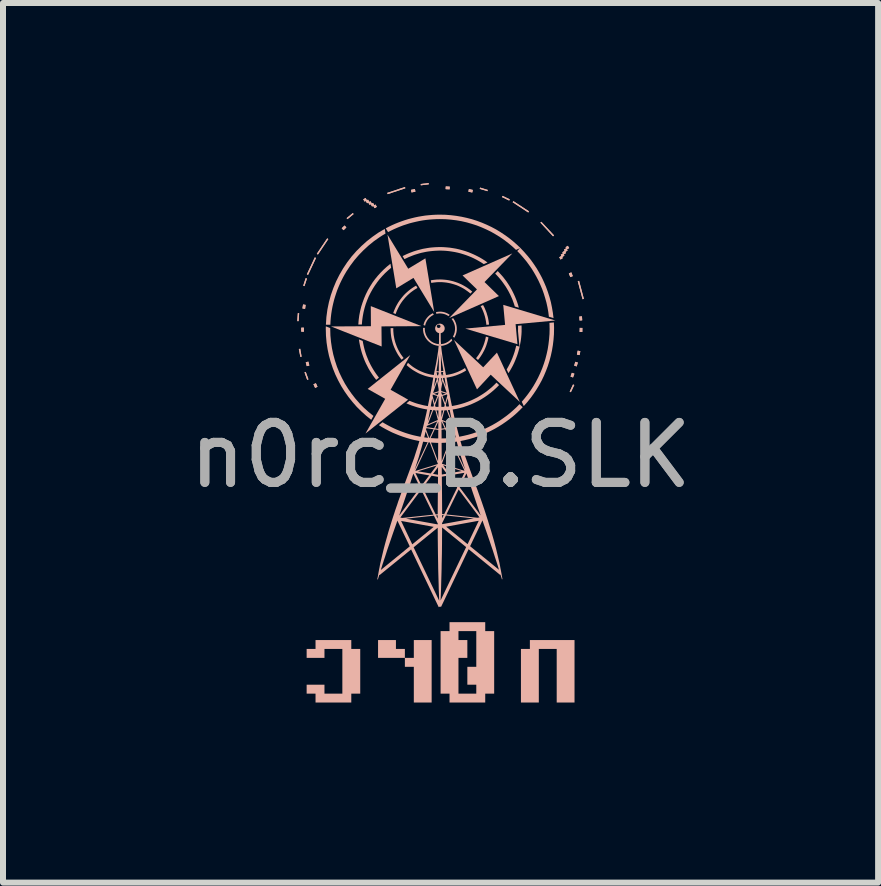
<source format=kicad_pcb>
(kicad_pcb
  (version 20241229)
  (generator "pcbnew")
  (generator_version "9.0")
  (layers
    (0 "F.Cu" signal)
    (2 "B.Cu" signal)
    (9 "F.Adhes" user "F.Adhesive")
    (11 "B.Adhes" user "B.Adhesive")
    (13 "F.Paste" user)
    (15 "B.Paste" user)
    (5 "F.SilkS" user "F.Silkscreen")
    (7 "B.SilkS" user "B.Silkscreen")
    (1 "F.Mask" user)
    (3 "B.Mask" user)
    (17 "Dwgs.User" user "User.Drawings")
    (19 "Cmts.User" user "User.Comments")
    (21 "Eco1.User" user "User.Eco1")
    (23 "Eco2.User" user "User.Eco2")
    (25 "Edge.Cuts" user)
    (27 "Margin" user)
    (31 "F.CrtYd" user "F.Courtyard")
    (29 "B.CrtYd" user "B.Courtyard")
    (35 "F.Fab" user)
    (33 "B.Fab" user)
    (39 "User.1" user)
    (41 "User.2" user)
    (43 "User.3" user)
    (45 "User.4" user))
  (footprint "n0rc_B.SLK"
    (layer "F.Cu")
    (at 4.292 3.534)
    (property "Reference" "n0rc_B.SLK" (at 0 1 0) (unlocked yes) (layer "F.Fab") (effects (font (size 1 1) (thickness 0.15))))
    (attr board_only exclude_from_pos_files exclude_from_bom)
    (fp_poly (pts (xy -2.388 -1.233) (xy -2.366 -1.232) (xy -2.357 -1.364) (xy -2.379 -1.366)) (stroke (width 0) (type solid)) (fill yes) (layer "B.SilkS"))
    (fp_poly (pts (xy -2.388 -1.233) (xy -2.366 -1.232) (xy -2.357 -1.364) (xy -2.379 -1.366)) (stroke (width 0) (type solid)) (fill yes) (layer "B.SilkS"))
    (fp_poly (pts (xy -2.362 -0.768) (xy -2.337 -0.637) (xy -2.316 -0.64) (xy -2.339 -0.772)) (stroke (width 0) (type solid)) (fill yes) (layer "B.SilkS"))
    (fp_poly (pts (xy -2.362 -0.768) (xy -2.337 -0.637) (xy -2.316 -0.64) (xy -2.339 -0.772)) (stroke (width 0) (type solid)) (fill yes) (layer "B.SilkS"))
    (fp_poly (pts (xy -2.322 -1.123) (xy -2.322 -1.057) (xy -2.277 -1.057) (xy -2.278 -1.124)) (stroke (width 0) (type solid)) (fill yes) (layer "B.SilkS"))
    (fp_poly (pts (xy -2.322 -1.123) (xy -2.322 -1.057) (xy -2.277 -1.057) (xy -2.278 -1.124)) (stroke (width 0) (type solid)) (fill yes) (layer "B.SilkS"))
    (fp_poly (pts (xy -2.302 -1.444) (xy -2.258 -1.437) (xy -2.249 -1.503) (xy -2.292 -1.51)) (stroke (width 0) (type solid)) (fill yes) (layer "B.SilkS"))
    (fp_poly (pts (xy -2.302 -1.444) (xy -2.258 -1.437) (xy -2.249 -1.503) (xy -2.292 -1.51)) (stroke (width 0) (type solid)) (fill yes) (layer "B.SilkS"))
    (fp_poly (pts (xy -2.289 -1.823) (xy -2.268 -1.816) (xy -2.227 -1.942) (xy -2.248 -1.949)) (stroke (width 0) (type solid)) (fill yes) (layer "B.SilkS"))
    (fp_poly (pts (xy -2.289 -1.823) (xy -2.268 -1.816) (xy -2.227 -1.942) (xy -2.248 -1.949)) (stroke (width 0) (type solid)) (fill yes) (layer "B.SilkS"))
    (fp_poly (pts (xy -2.268 -0.379) (xy -2.223 -0.254) (xy -2.202 -0.262) (xy -2.247 -0.387)) (stroke (width 0) (type solid)) (fill yes) (layer "B.SilkS"))
    (fp_poly (pts (xy -2.268 -0.379) (xy -2.223 -0.254) (xy -2.202 -0.262) (xy -2.247 -0.387)) (stroke (width 0) (type solid)) (fill yes) (layer "B.SilkS"))
    (fp_poly (pts (xy -2.247 -0.546) (xy -2.23 -0.482) (xy -2.187 -0.493) (xy -2.204 -0.558)) (stroke (width 0) (type solid)) (fill yes) (layer "B.SilkS"))
    (fp_poly (pts (xy -2.247 -0.546) (xy -2.23 -0.482) (xy -2.187 -0.493) (xy -2.204 -0.558)) (stroke (width 0) (type solid)) (fill yes) (layer "B.SilkS"))
    (fp_poly (pts (xy -2.228 -2.013) (xy -2.208 -2.004) (xy -2.076 -2.285) (xy -2.096 -2.295)) (stroke (width 0) (type solid)) (fill yes) (layer "B.SilkS"))
    (fp_poly (pts (xy -2.228 -2.013) (xy -2.208 -2.004) (xy -2.076 -2.285) (xy -2.096 -2.295)) (stroke (width 0) (type solid)) (fill yes) (layer "B.SilkS"))
    (fp_poly (pts (xy -2.119 -0.18) (xy -2.091 -0.12) (xy -2.051 -0.138) (xy -2.078 -0.198)) (stroke (width 0) (type solid)) (fill yes) (layer "B.SilkS"))
    (fp_poly (pts (xy -2.119 -0.18) (xy -2.091 -0.12) (xy -2.051 -0.138) (xy -2.078 -0.198)) (stroke (width 0) (type solid)) (fill yes) (layer "B.SilkS"))
    (fp_poly (pts (xy -2.062 -2.355) (xy -2.044 -2.342) (xy -1.871 -2.6) (xy -1.889 -2.612)) (stroke (width 0) (type solid)) (fill yes) (layer "B.SilkS"))
    (fp_poly (pts (xy -2.062 -2.355) (xy -2.044 -2.342) (xy -1.871 -2.6) (xy -1.889 -2.612)) (stroke (width 0) (type solid)) (fill yes) (layer "B.SilkS"))
    (fp_poly (pts (xy -1.648 -2.78) (xy -1.617 -2.748) (xy -1.57 -2.794) (xy -1.6 -2.826)) (stroke (width 0) (type solid)) (fill yes) (layer "B.SilkS"))
    (fp_poly (pts (xy -1.648 -2.78) (xy -1.617 -2.748) (xy -1.57 -2.794) (xy -1.6 -2.826)) (stroke (width 0) (type solid)) (fill yes) (layer "B.SilkS"))
    (fp_poly (pts (xy -1.566 -2.949) (xy -1.552 -2.932) (xy -1.449 -3.017) (xy -1.463 -3.034)) (stroke (width 0) (type solid)) (fill yes) (layer "B.SilkS"))
    (fp_poly (pts (xy -1.566 -2.949) (xy -1.552 -2.932) (xy -1.449 -3.017) (xy -1.463 -3.034)) (stroke (width 0) (type solid)) (fill yes) (layer "B.SilkS"))
    (fp_poly (pts (xy -0.889 -3.37) (xy -0.882 -3.349) (xy -0.587 -3.447) (xy -0.594 -3.468)) (stroke (width 0) (type solid)) (fill yes) (layer "B.SilkS"))
    (fp_poly (pts (xy -0.889 -3.37) (xy -0.882 -3.349) (xy -0.587 -3.447) (xy -0.594 -3.468)) (stroke (width 0) (type solid)) (fill yes) (layer "B.SilkS"))
    (fp_poly (pts (xy -0.493 -3.42) (xy -0.484 -3.377) (xy -0.419 -3.39) (xy -0.428 -3.434)) (stroke (width 0) (type solid)) (fill yes) (layer "B.SilkS"))
    (fp_poly (pts (xy -0.493 -3.42) (xy -0.484 -3.377) (xy -0.419 -3.39) (xy -0.428 -3.434)) (stroke (width 0) (type solid)) (fill yes) (layer "B.SilkS"))
    (fp_poly (pts (xy -0.331 -3.518) (xy -0.329 -3.496) (xy -0.197 -3.512) (xy -0.199 -3.534)) (stroke (width 0) (type solid)) (fill yes) (layer "B.SilkS"))
    (fp_poly (pts (xy -0.331 -3.518) (xy -0.329 -3.496) (xy -0.197 -3.512) (xy -0.199 -3.534)) (stroke (width 0) (type solid)) (fill yes) (layer "B.SilkS"))
    (fp_poly (pts (xy 0.084 -3.432) (xy 0.15 -3.429) (xy 0.152 -3.474) (xy 0.086 -3.477)) (stroke (width 0) (type solid)) (fill yes) (layer "B.SilkS"))
    (fp_poly (pts (xy 0.084 -3.432) (xy 0.15 -3.429) (xy 0.152 -3.474) (xy 0.086 -3.477)) (stroke (width 0) (type solid)) (fill yes) (layer "B.SilkS"))
    (fp_poly (pts (xy 0.463 -3.39) (xy 0.528 -3.376) (xy 0.537 -3.419) (xy 0.472 -3.434)) (stroke (width 0) (type solid)) (fill yes) (layer "B.SilkS"))
    (fp_poly (pts (xy 0.463 -3.39) (xy 0.528 -3.376) (xy 0.537 -3.419) (xy 0.472 -3.434)) (stroke (width 0) (type solid)) (fill yes) (layer "B.SilkS"))
    (fp_poly (pts (xy 0.652 -3.437) (xy 0.78 -3.398) (xy 0.786 -3.419) (xy 0.659 -3.458)) (stroke (width 0) (type solid)) (fill yes) (layer "B.SilkS"))
    (fp_poly (pts (xy 0.652 -3.437) (xy 0.78 -3.398) (xy 0.786 -3.419) (xy 0.659 -3.458)) (stroke (width 0) (type solid)) (fill yes) (layer "B.SilkS"))
    (fp_poly (pts (xy 1.023 -3.3) (xy 1.143 -3.242) (xy 1.153 -3.262) (xy 1.033 -3.32)) (stroke (width 0) (type solid)) (fill yes) (layer "B.SilkS"))
    (fp_poly (pts (xy 1.023 -3.3) (xy 1.143 -3.242) (xy 1.153 -3.262) (xy 1.033 -3.32)) (stroke (width 0) (type solid)) (fill yes) (layer "B.SilkS"))
    (fp_poly (pts (xy 1.201 -3.214) (xy 1.461 -3.043) (xy 1.473 -3.062) (xy 1.214 -3.232)) (stroke (width 0) (type solid)) (fill yes) (layer "B.SilkS"))
    (fp_poly (pts (xy 1.201 -3.214) (xy 1.461 -3.043) (xy 1.473 -3.062) (xy 1.214 -3.232)) (stroke (width 0) (type solid)) (fill yes) (layer "B.SilkS"))
    (fp_poly (pts (xy 1.663 -2.874) (xy 1.874 -2.646) (xy 1.891 -2.661) (xy 1.679 -2.888)) (stroke (width 0) (type solid)) (fill yes) (layer "B.SilkS"))
    (fp_poly (pts (xy 1.663 -2.874) (xy 1.874 -2.646) (xy 1.891 -2.661) (xy 1.679 -2.888)) (stroke (width 0) (type solid)) (fill yes) (layer "B.SilkS"))
    (fp_poly (pts (xy 2.137 -2.028) (xy 2.162 -1.966) (xy 2.203 -1.983) (xy 2.179 -2.045)) (stroke (width 0) (type solid)) (fill yes) (layer "B.SilkS"))
    (fp_poly (pts (xy 2.137 -2.028) (xy 2.162 -1.966) (xy 2.203 -1.983) (xy 2.179 -2.045)) (stroke (width 0) (type solid)) (fill yes) (layer "B.SilkS"))
    (fp_poly (pts (xy 2.151 -0.057) (xy 2.171 -0.048) (xy 2.228 -0.168) (xy 2.207 -0.177)) (stroke (width 0) (type solid)) (fill yes) (layer "B.SilkS"))
    (fp_poly (pts (xy 2.151 -0.057) (xy 2.171 -0.048) (xy 2.228 -0.168) (xy 2.207 -0.177)) (stroke (width 0) (type solid)) (fill yes) (layer "B.SilkS"))
    (fp_poly (pts (xy 2.165 -0.309) (xy 2.207 -0.294) (xy 2.23 -0.356) (xy 2.188 -0.372)) (stroke (width 0) (type solid)) (fill yes) (layer "B.SilkS"))
    (fp_poly (pts (xy 2.165 -0.309) (xy 2.207 -0.294) (xy 2.23 -0.356) (xy 2.188 -0.372)) (stroke (width 0) (type solid)) (fill yes) (layer "B.SilkS"))
    (fp_poly (pts (xy 2.227 -0.49) (xy 2.269 -0.478) (xy 2.287 -0.543) (xy 2.244 -0.555)) (stroke (width 0) (type solid)) (fill yes) (layer "B.SilkS"))
    (fp_poly (pts (xy 2.227 -0.49) (xy 2.269 -0.478) (xy 2.287 -0.543) (xy 2.244 -0.555)) (stroke (width 0) (type solid)) (fill yes) (layer "B.SilkS"))
    (fp_poly (pts (xy 2.272 -0.675) (xy 2.316 -0.667) (xy 2.329 -0.732) (xy 2.285 -0.741)) (stroke (width 0) (type solid)) (fill yes) (layer "B.SilkS"))
    (fp_poly (pts (xy 2.272 -0.675) (xy 2.316 -0.667) (xy 2.329 -0.732) (xy 2.285 -0.741)) (stroke (width 0) (type solid)) (fill yes) (layer "B.SilkS"))
    (fp_poly (pts (xy 2.286 -1.898) (xy 2.366 -1.598) (xy 2.388 -1.603) (xy 2.308 -1.904)) (stroke (width 0) (type solid)) (fill yes) (layer "B.SilkS"))
    (fp_poly (pts (xy 2.286 -1.898) (xy 2.366 -1.598) (xy 2.388 -1.603) (xy 2.308 -1.904)) (stroke (width 0) (type solid)) (fill yes) (layer "B.SilkS"))
    (fp_poly (pts (xy 2.312 -1.309) (xy 2.316 -1.243) (xy 2.36 -1.246) (xy 2.356 -1.312)) (stroke (width 0) (type solid)) (fill yes) (layer "B.SilkS"))
    (fp_poly (pts (xy 2.312 -1.309) (xy 2.316 -1.243) (xy 2.36 -1.246) (xy 2.356 -1.312)) (stroke (width 0) (type solid)) (fill yes) (layer "B.SilkS"))
    (fp_poly (pts (xy 2.317 -1.053) (xy 2.362 -1.052) (xy 2.363 -1.119) (xy 2.319 -1.12)) (stroke (width 0) (type solid)) (fill yes) (layer "B.SilkS"))
    (fp_poly (pts (xy 2.317 -1.053) (xy 2.362 -1.052) (xy 2.363 -1.119) (xy 2.319 -1.12)) (stroke (width 0) (type solid)) (fill yes) (layer "B.SilkS"))
    (fp_poly (pts (xy -1.215 -0.103) (xy -0.923 0.062) (xy -1.252 0.641) (xy -0.541 0.076) (xy -0.833 -0.089) (xy -0.505 -0.668)) (stroke (width 0) (type solid)) (fill yes) (layer "B.SilkS"))
    (fp_poly (pts (xy -1.161 -1.148) (xy -1.827 -1.144) (xy -0.982 -0.81) (xy -0.985 -1.145) (xy -0.319 -1.149) (xy -1.163 -1.483)) (stroke (width 0) (type solid)) (fill yes) (layer "B.SilkS"))
    (fp_poly (pts (xy -1.042 4.379) (xy -0.595 4.379) (xy -0.595 4.23) (xy -0.744 4.23) (xy -0.744 4.082) (xy -1.042 4.082)) (stroke (width 0) (type solid)) (fill yes) (layer "B.SilkS"))
    (fp_poly (pts (xy -0.738 -1.779) (xy -0.452 -1.953) (xy -0.106 -1.384) (xy -0.253 -2.279) (xy -0.539 -2.106) (xy -0.885 -2.675)) (stroke (width 0) (type solid)) (fill yes) (layer "B.SilkS"))
    (fp_poly (pts (xy 0.366 -1.994) (xy 0.606 -1.761) (xy 0.142 -1.284) (xy 0.972 -1.65) (xy 0.732 -1.884) (xy 1.196 -2.361)) (stroke (width 0) (type solid)) (fill yes) (layer "B.SilkS"))
    (fp_poly (pts (xy 0.607 -0.095) (xy 0.835 -0.34) (xy 1.321 0.115) (xy 0.939 -0.708) (xy 0.71 -0.463) (xy 0.224 -0.918)) (stroke (width 0) (type solid)) (fill yes) (layer "B.SilkS"))
    (fp_poly (pts (xy 1.075 -1.17) (xy 0.411 -1.108) (xy 1.281 -0.848) (xy 1.25 -1.182) (xy 1.913 -1.243) (xy 1.044 -1.504)) (stroke (width 0) (type solid)) (fill yes) (layer "B.SilkS"))
    (fp_poly (pts (xy -0.446 4.379) (xy -0.595 4.379) (xy -0.595 4.528) (xy -0.446 4.528) (xy -0.446 5.123) (xy -0.149 5.123) (xy -0.149 4.082) (xy -0.446 4.082)) (stroke (width 0) (type solid)) (fill yes) (layer "B.SilkS"))
    (fp_poly (pts (xy 1.488 4.23) (xy 1.339 4.23) (xy 1.339 5.123) (xy 1.637 5.123) (xy 1.637 4.23) (xy 1.935 4.23) (xy 1.935 5.123) (xy 2.232 5.123) (xy 2.232 4.082) (xy 1.488 4.082)) (stroke (width 0) (type solid)) (fill yes) (layer "B.SilkS"))
    (fp_poly (pts (xy -2.084 4.23) (xy -2.232 4.23) (xy -2.232 4.379) (xy -1.935 4.379) (xy -1.935 4.23) (xy -1.637 4.23) (xy -1.637 4.975) (xy -1.935 4.975) (xy -1.935 4.826) (xy -2.232 4.826) (xy -2.232 4.975) (xy -2.084 4.975) (xy -2.084 5.123) (xy -1.488 5.123) (xy -1.488 4.975) (xy -1.339 4.975) (xy -1.339 4.23) (xy -1.488 4.23) (xy -1.488 4.082) (xy -2.084 4.082)) (stroke (width 0) (type solid)) (fill yes) (layer "B.SilkS"))
    (fp_poly (pts (xy -1.289 -3.263) (xy -1.266 -3.224) (xy -1.247 -3.235) (xy -1.225 -3.197) (xy -1.205 -3.208) (xy -1.183 -3.17) (xy -1.164 -3.181) (xy -1.142 -3.142) (xy -1.122 -3.154) (xy -1.101 -3.115) (xy -1.062 -3.137) (xy -1.084 -3.176) (xy -1.104 -3.164) (xy -1.126 -3.203) (xy -1.145 -3.192) (xy -1.168 -3.231) (xy -1.187 -3.219) (xy -1.209 -3.258) (xy -1.228 -3.247) (xy -1.25 -3.285)) (stroke (width 0) (type solid)) (fill yes) (layer "B.SilkS"))
    (fp_poly (pts (xy -1.289 -3.263) (xy -1.266 -3.224) (xy -1.247 -3.235) (xy -1.225 -3.197) (xy -1.205 -3.208) (xy -1.183 -3.17) (xy -1.164 -3.181) (xy -1.142 -3.142) (xy -1.122 -3.154) (xy -1.101 -3.115) (xy -1.062 -3.137) (xy -1.084 -3.176) (xy -1.104 -3.164) (xy -1.126 -3.203) (xy -1.145 -3.192) (xy -1.168 -3.231) (xy -1.187 -3.219) (xy -1.209 -3.258) (xy -1.228 -3.247) (xy -1.25 -3.285)) (stroke (width 0) (type solid)) (fill yes) (layer "B.SilkS"))
    (fp_poly (pts (xy 2.082 -2.465) (xy 2.094 -2.447) (xy 2.056 -2.424) (xy 2.067 -2.404) (xy 2.029 -2.381) (xy 2.04 -2.362) (xy 2.003 -2.339) (xy 2.014 -2.321) (xy 1.977 -2.297) (xy 1.999 -2.259) (xy 2.037 -2.283) (xy 2.026 -2.301) (xy 2.064 -2.325) (xy 2.052 -2.344) (xy 2.09 -2.367) (xy 2.079 -2.386) (xy 2.117 -2.409) (xy 2.105 -2.427) (xy 2.143 -2.451) (xy 2.12 -2.488)) (stroke (width 0) (type solid)) (fill yes) (layer "B.SilkS"))
    (fp_poly (pts (xy 2.082 -2.465) (xy 2.094 -2.447) (xy 2.056 -2.424) (xy 2.067 -2.404) (xy 2.029 -2.381) (xy 2.04 -2.362) (xy 2.003 -2.339) (xy 2.014 -2.321) (xy 1.977 -2.297) (xy 1.999 -2.259) (xy 2.037 -2.283) (xy 2.026 -2.301) (xy 2.064 -2.325) (xy 2.052 -2.344) (xy 2.09 -2.367) (xy 2.079 -2.386) (xy 2.117 -2.409) (xy 2.105 -2.427) (xy 2.143 -2.451) (xy 2.12 -2.488)) (stroke (width 0) (type solid)) (fill yes) (layer "B.SilkS"))
    (fp_poly (pts (xy 0.149 3.933) (xy 0 3.933) (xy 0 4.975) (xy 0.149 4.975) (xy 0.149 5.123) (xy 0.744 5.123) (xy 0.744 4.975) (xy 0.893 4.975) (xy 0.893 3.933) (xy 0.744 3.933) (xy 0.595 3.933) (xy 0.595 4.528) (xy 0.446 4.528) (xy 0.446 4.826) (xy 0.595 4.826) (xy 0.595 4.975) (xy 0.298 4.975) (xy 0.298 4.379) (xy 0.446 4.379) (xy 0.446 4.082) (xy 0.298 4.082) (xy 0.298 3.933) (xy 0.595 3.933) (xy 0.744 3.933) (xy 0.744 3.784) (xy 0.149 3.784)) (stroke (width 0) (type solid)) (fill yes) (layer "B.SilkS"))
    (fp_poly (pts (xy -1.354 -0.881) (xy -1.345 -0.834) (xy -1.335 -0.788) (xy -1.323 -0.743) (xy -1.31 -0.698) (xy -1.295 -0.654) (xy -1.279 -0.61) (xy -1.262 -0.567) (xy -1.243 -0.525) (xy -1.222 -0.484) (xy -1.201 -0.443) (xy -1.178 -0.404) (xy -1.153 -0.365) (xy -1.128 -0.327) (xy -1.101 -0.29) (xy -1.073 -0.254) (xy -1.027 -0.291) (xy -1.052 -0.324) (xy -1.077 -0.358) (xy -1.1 -0.392) (xy -1.123 -0.428) (xy -1.144 -0.464) (xy -1.164 -0.5) (xy -1.183 -0.538) (xy -1.201 -0.576) (xy -1.217 -0.615) (xy -1.233 -0.654) (xy -1.247 -0.694) (xy -1.26 -0.735) (xy -1.271 -0.776) (xy -1.281 -0.818) (xy -1.29 -0.86) (xy -1.298 -0.903) (xy -1.361 -0.928)) (stroke (width 0) (type solid)) (fill yes) (layer "B.SilkS"))
    (fp_poly (pts (xy -0.892 -2.143) (xy -0.946 -2.094) (xy -0.997 -2.043) (xy -1.046 -1.989) (xy -1.092 -1.933) (xy -1.135 -1.874) (xy -1.174 -1.812) (xy -1.211 -1.749) (xy -1.244 -1.683) (xy -1.273 -1.616) (xy -1.299 -1.546) (xy -1.322 -1.475) (xy -1.34 -1.403) (xy -1.355 -1.328) (xy -1.365 -1.253) (xy -1.371 -1.176) (xy -1.312 -1.176) (xy -1.306 -1.247) (xy -1.296 -1.317) (xy -1.283 -1.386) (xy -1.266 -1.454) (xy -1.246 -1.52) (xy -1.222 -1.584) (xy -1.196 -1.647) (xy -1.165 -1.708) (xy -1.132 -1.767) (xy -1.096 -1.824) (xy -1.057 -1.88) (xy -1.016 -1.933) (xy -0.971 -1.984) (xy -0.925 -2.032) (xy -0.875 -2.078) (xy -0.824 -2.122) (xy -0.835 -2.189)) (stroke (width 0) (type solid)) (fill yes) (layer "B.SilkS"))
    (fp_poly (pts (xy -0.441 -1.805) (xy -0.473 -1.784) (xy -0.504 -1.762) (xy -0.533 -1.739) (xy -0.562 -1.714) (xy -0.59 -1.688) (xy -0.616 -1.661) (xy -0.641 -1.632) (xy -0.664 -1.602) (xy -0.687 -1.572) (xy -0.708 -1.54) (xy -0.727 -1.507) (xy -0.745 -1.474) (xy -0.761 -1.439) (xy -0.776 -1.404) (xy -0.789 -1.367) (xy -0.749 -1.351) (xy -0.736 -1.386) (xy -0.722 -1.419) (xy -0.706 -1.452) (xy -0.689 -1.485) (xy -0.671 -1.516) (xy -0.651 -1.546) (xy -0.63 -1.575) (xy -0.607 -1.603) (xy -0.583 -1.631) (xy -0.558 -1.657) (xy -0.532 -1.681) (xy -0.505 -1.705) (xy -0.476 -1.727) (xy -0.447 -1.748) (xy -0.416 -1.768) (xy -0.385 -1.786) (xy -0.408 -1.824)) (stroke (width 0) (type solid)) (fill yes) (layer "B.SilkS"))
    (fp_poly (pts (xy -0.143 -1.357) (xy -0.157 -1.349) (xy -0.171 -1.34) (xy -0.184 -1.331) (xy -0.196 -1.32) (xy -0.208 -1.309) (xy -0.219 -1.297) (xy -0.229 -1.285) (xy -0.239 -1.272) (xy -0.248 -1.259) (xy -0.256 -1.245) (xy -0.264 -1.23) (xy -0.271 -1.215) (xy -0.276 -1.2) (xy -0.281 -1.184) (xy -0.285 -1.168) (xy -0.258 -1.157) (xy -0.254 -1.172) (xy -0.25 -1.187) (xy -0.245 -1.201) (xy -0.238 -1.215) (xy -0.232 -1.228) (xy -0.224 -1.242) (xy -0.216 -1.254) (xy -0.207 -1.266) (xy -0.197 -1.277) (xy -0.187 -1.288) (xy -0.176 -1.298) (xy -0.164 -1.308) (xy -0.152 -1.317) (xy -0.14 -1.325) (xy -0.127 -1.332) (xy -0.113 -1.339) (xy -0.129 -1.365)) (stroke (width 0) (type solid)) (fill yes) (layer "B.SilkS"))
    (fp_poly (pts (xy 0.667 -1.483) (xy 0.677 -1.466) (xy 0.686 -1.448) (xy 0.695 -1.429) (xy 0.703 -1.411) (xy 0.711 -1.392) (xy 0.718 -1.373) (xy 0.725 -1.354) (xy 0.731 -1.334) (xy 0.737 -1.315) (xy 0.742 -1.295) (xy 0.747 -1.275) (xy 0.751 -1.254) (xy 0.755 -1.234) (xy 0.758 -1.213) (xy 0.761 -1.192) (xy 0.763 -1.171) (xy 0.807 -1.175) (xy 0.805 -1.197) (xy 0.802 -1.219) (xy 0.799 -1.24) (xy 0.795 -1.262) (xy 0.791 -1.283) (xy 0.786 -1.304) (xy 0.78 -1.325) (xy 0.774 -1.345) (xy 0.768 -1.366) (xy 0.761 -1.386) (xy 0.753 -1.406) (xy 0.745 -1.425) (xy 0.737 -1.445) (xy 0.728 -1.464) (xy 0.718 -1.483) (xy 0.708 -1.501)) (stroke (width 0) (type solid)) (fill yes) (layer "B.SilkS"))
    (fp_poly (pts (xy 0.75 -0.95) (xy 0.745 -0.925) (xy 0.738 -0.901) (xy 0.731 -0.876) (xy 0.723 -0.852) (xy 0.715 -0.829) (xy 0.705 -0.805) (xy 0.695 -0.782) (xy 0.685 -0.76) (xy 0.673 -0.738) (xy 0.661 -0.716) (xy 0.648 -0.695) (xy 0.635 -0.674) (xy 0.621 -0.654) (xy 0.606 -0.634) (xy 0.591 -0.615) (xy 0.623 -0.585) (xy 0.64 -0.605) (xy 0.655 -0.626) (xy 0.67 -0.647) (xy 0.684 -0.669) (xy 0.698 -0.691) (xy 0.71 -0.714) (xy 0.723 -0.737) (xy 0.734 -0.76) (xy 0.745 -0.784) (xy 0.755 -0.809) (xy 0.764 -0.833) (xy 0.772 -0.859) (xy 0.78 -0.884) (xy 0.787 -0.91) (xy 0.793 -0.936) (xy 0.798 -0.962) (xy 0.755 -0.975)) (stroke (width 0) (type solid)) (fill yes) (layer "B.SilkS"))
    (fp_poly (pts (xy 0.91 -2.024) (xy 0.938 -1.996) (xy 0.965 -1.966) (xy 0.991 -1.936) (xy 1.016 -1.905) (xy 1.04 -1.873) (xy 1.063 -1.84) (xy 1.086 -1.807) (xy 1.107 -1.772) (xy 1.127 -1.738) (xy 1.146 -1.702) (xy 1.164 -1.666) (xy 1.181 -1.629) (xy 1.197 -1.592) (xy 1.211 -1.554) (xy 1.225 -1.515) (xy 1.237 -1.476) (xy 1.304 -1.456) (xy 1.292 -1.5) (xy 1.278 -1.543) (xy 1.263 -1.585) (xy 1.246 -1.627) (xy 1.228 -1.668) (xy 1.209 -1.708) (xy 1.189 -1.748) (xy 1.167 -1.787) (xy 1.144 -1.825) (xy 1.12 -1.862) (xy 1.095 -1.899) (xy 1.068 -1.934) (xy 1.041 -1.969) (xy 1.012 -2.002) (xy 0.982 -2.035) (xy 0.952 -2.067)) (stroke (width 0) (type solid)) (fill yes) (layer "B.SilkS"))
    (fp_poly (pts (xy -1.912 -1.136) (xy -1.913 -1.126) (xy -1.913 -1.115) (xy -1.913 -1.11) (xy -1.913 -1.105) (xy -1.91 -0.99) (xy -1.9 -0.877) (xy -1.883 -0.765) (xy -1.86 -0.656) (xy -1.83 -0.549) (xy -1.795 -0.445) (xy -1.754 -0.343) (xy -1.707 -0.245) (xy -1.655 -0.149) (xy -1.598 -0.058) (xy -1.535 0.031) (xy -1.468 0.115) (xy -1.397 0.196) (xy -1.32 0.272) (xy -1.24 0.344) (xy -1.156 0.412) (xy -1.119 0.347) (xy -1.199 0.282) (xy -1.276 0.213) (xy -1.348 0.14) (xy -1.416 0.063) (xy -1.48 -0.019) (xy -1.539 -0.103) (xy -1.594 -0.191) (xy -1.643 -0.283) (xy -1.688 -0.377) (xy -1.727 -0.474) (xy -1.76 -0.574) (xy -1.788 -0.676) (xy -1.81 -0.78) (xy -1.826 -0.887) (xy -1.836 -0.995) (xy -1.839 -1.105) (xy -1.839 -1.117) (xy -1.912 -1.146)) (stroke (width 0) (type solid)) (fill yes) (layer "B.SilkS"))
    (fp_poly (pts (xy 1.814 -1.204) (xy 1.815 -1.179) (xy 1.816 -1.155) (xy 1.816 -1.13) (xy 1.817 -1.105) (xy 1.815 -1.018) (xy 1.808 -0.932) (xy 1.798 -0.848) (xy 1.785 -0.764) (xy 1.767 -0.682) (xy 1.746 -0.601) (xy 1.721 -0.522) (xy 1.693 -0.444) (xy 1.661 -0.368) (xy 1.626 -0.293) (xy 1.588 -0.221) (xy 1.547 -0.15) (xy 1.503 -0.082) (xy 1.455 -0.015) (xy 1.405 0.049) (xy 1.353 0.111) (xy 1.386 0.183) (xy 1.444 0.118) (xy 1.498 0.051) (xy 1.549 -0.019) (xy 1.597 -0.091) (xy 1.642 -0.166) (xy 1.684 -0.242) (xy 1.722 -0.321) (xy 1.756 -0.402) (xy 1.787 -0.484) (xy 1.814 -0.569) (xy 1.837 -0.655) (xy 1.856 -0.742) (xy 1.871 -0.831) (xy 1.882 -0.921) (xy 1.889 -1.013) (xy 1.891 -1.105) (xy 1.891 -1.132) (xy 1.89 -1.158) (xy 1.889 -1.184) (xy 1.888 -1.211)) (stroke (width 0) (type solid)) (fill yes) (layer "B.SilkS"))
    (fp_poly (pts (xy -1.035 -2.708) (xy -1.134 -2.639) (xy -1.229 -2.565) (xy -1.319 -2.484) (xy -1.404 -2.399) (xy -1.484 -2.308) (xy -1.557 -2.212) (xy -1.624 -2.111) (xy -1.685 -2.006) (xy -1.74 -1.897) (xy -1.787 -1.784) (xy -1.828 -1.668) (xy -1.861 -1.548) (xy -1.886 -1.426) (xy -1.903 -1.3) (xy -1.911 -1.173) (xy -1.837 -1.173) (xy -1.834 -1.234) (xy -1.829 -1.294) (xy -1.822 -1.353) (xy -1.813 -1.412) (xy -1.802 -1.471) (xy -1.789 -1.528) (xy -1.775 -1.585) (xy -1.758 -1.642) (xy -1.74 -1.697) (xy -1.721 -1.752) (xy -1.699 -1.806) (xy -1.676 -1.859) (xy -1.651 -1.911) (xy -1.625 -1.962) (xy -1.597 -2.013) (xy -1.568 -2.062) (xy -1.505 -2.157) (xy -1.436 -2.249) (xy -1.362 -2.335) (xy -1.282 -2.417) (xy -1.198 -2.494) (xy -1.109 -2.566) (xy -1.015 -2.632) (xy -0.967 -2.663) (xy -0.918 -2.692) (xy -0.93 -2.77)) (stroke (width 0) (type solid)) (fill yes) (layer "B.SilkS"))
    (fp_poly (pts (xy -0.832 -1.116) (xy -0.832 -1.116) (xy -0.832 -1.115) (xy -0.832 -1.114) (xy -0.833 -1.112) (xy -0.833 -1.111) (xy -0.833 -1.11) (xy -0.833 -1.108) (xy -0.833 -1.107) (xy -0.833 -1.106) (xy -0.833 -1.105) (xy -0.832 -1.069) (xy -0.83 -1.033) (xy -0.826 -0.997) (xy -0.821 -0.962) (xy -0.814 -0.928) (xy -0.805 -0.894) (xy -0.796 -0.86) (xy -0.785 -0.828) (xy -0.772 -0.795) (xy -0.758 -0.764) (xy -0.743 -0.733) (xy -0.727 -0.703) (xy -0.71 -0.673) (xy -0.691 -0.645) (xy -0.671 -0.617) (xy -0.65 -0.59) (xy -0.616 -0.618) (xy -0.635 -0.643) (xy -0.654 -0.669) (xy -0.672 -0.696) (xy -0.688 -0.724) (xy -0.704 -0.753) (xy -0.718 -0.782) (xy -0.731 -0.812) (xy -0.742 -0.842) (xy -0.753 -0.873) (xy -0.762 -0.905) (xy -0.77 -0.937) (xy -0.776 -0.97) (xy -0.782 -1.003) (xy -0.785 -1.037) (xy -0.788 -1.071) (xy -0.788 -1.105) (xy -0.788 -1.116)) (stroke (width 0) (type solid)) (fill yes) (layer "B.SilkS"))
    (fp_poly (pts (xy 1.29 -1.156) (xy 1.291 -1.131) (xy 1.291 -1.118) (xy 1.291 -1.105) (xy 1.291 -1.101) (xy 1.291 -1.096) (xy 1.291 -1.086) (xy 1.29 -1.077) (xy 1.29 -1.068) (xy 1.314 -0.808) (xy 1.26 -0.824) (xy 1.254 -0.797) (xy 1.247 -0.771) (xy 1.24 -0.745) (xy 1.233 -0.719) (xy 1.224 -0.693) (xy 1.216 -0.668) (xy 1.206 -0.643) (xy 1.197 -0.618) (xy 1.186 -0.593) (xy 1.176 -0.569) (xy 1.164 -0.545) (xy 1.153 -0.521) (xy 1.14 -0.497) (xy 1.128 -0.474) (xy 1.115 -0.451) (xy 1.101 -0.428) (xy 1.131 -0.365) (xy 1.156 -0.405) (xy 1.18 -0.447) (xy 1.203 -0.489) (xy 1.224 -0.532) (xy 1.243 -0.576) (xy 1.261 -0.621) (xy 1.278 -0.666) (xy 1.293 -0.713) (xy 1.306 -0.76) (xy 1.318 -0.807) (xy 1.327 -0.856) (xy 1.336 -0.904) (xy 1.342 -0.954) (xy 1.347 -1.004) (xy 1.35 -1.054) (xy 1.35 -1.105) (xy 1.35 -1.119) (xy 1.35 -1.133) (xy 1.349 -1.161)) (stroke (width 0) (type solid)) (fill yes) (layer "B.SilkS"))
    (fp_poly (pts (xy -0.031 -1.926) (xy -0.05 -1.926) (xy -0.069 -1.925) (xy -0.088 -1.923) (xy -0.107 -1.921) (xy -0.126 -1.919) (xy -0.144 -1.916) (xy -0.163 -1.913) (xy -0.155 -1.869) (xy -0.138 -1.872) (xy -0.12 -1.875) (xy -0.102 -1.877) (xy -0.084 -1.879) (xy -0.066 -1.881) (xy -0.048 -1.882) (xy -0.03 -1.882) (xy -0.011 -1.883) (xy 0.025 -1.882) (xy 0.061 -1.879) (xy 0.096 -1.875) (xy 0.131 -1.869) (xy 0.165 -1.862) (xy 0.199 -1.853) (xy 0.232 -1.843) (xy 0.265 -1.832) (xy 0.297 -1.819) (xy 0.328 -1.804) (xy 0.358 -1.789) (xy 0.388 -1.772) (xy 0.416 -1.753) (xy 0.444 -1.734) (xy 0.471 -1.714) (xy 0.497 -1.692) (xy 0.528 -1.724) (xy 0.501 -1.747) (xy 0.472 -1.769) (xy 0.443 -1.79) (xy 0.412 -1.809) (xy 0.381 -1.827) (xy 0.349 -1.844) (xy 0.316 -1.859) (xy 0.282 -1.873) (xy 0.247 -1.885) (xy 0.212 -1.896) (xy 0.176 -1.905) (xy 0.14 -1.913) (xy 0.103 -1.919) (xy 0.065 -1.923) (xy 0.027 -1.926) (xy -0.011 -1.927)) (stroke (width 0) (type solid)) (fill yes) (layer "B.SilkS"))
    (fp_poly (pts (xy -0.019 -1.39) (xy -0.027 -1.39) (xy -0.036 -1.389) (xy -0.044 -1.388) (xy -0.052 -1.387) (xy -0.06 -1.386) (xy -0.068 -1.385) (xy -0.076 -1.383) (xy -0.071 -1.354) (xy -0.064 -1.355) (xy -0.056 -1.357) (xy -0.049 -1.358) (xy -0.042 -1.359) (xy -0.034 -1.36) (xy -0.026 -1.361) (xy -0.019 -1.361) (xy -0.011 -1.361) (xy -0.001 -1.361) (xy 0.009 -1.36) (xy 0.018 -1.359) (xy 0.028 -1.358) (xy 0.037 -1.356) (xy 0.046 -1.354) (xy 0.056 -1.352) (xy 0.065 -1.349) (xy 0.074 -1.346) (xy 0.082 -1.343) (xy 0.091 -1.339) (xy 0.099 -1.335) (xy 0.108 -1.331) (xy 0.116 -1.326) (xy 0.124 -1.321) (xy 0.131 -1.316) (xy 0.152 -1.337) (xy 0.144 -1.343) (xy 0.135 -1.349) (xy 0.125 -1.354) (xy 0.116 -1.36) (xy 0.106 -1.364) (xy 0.096 -1.369) (xy 0.086 -1.373) (xy 0.076 -1.376) (xy 0.066 -1.38) (xy 0.055 -1.382) (xy 0.045 -1.385) (xy 0.034 -1.387) (xy 0.023 -1.388) (xy 0.012 -1.39) (xy 0.001 -1.39) (xy -0.011 -1.39)) (stroke (width 0) (type solid)) (fill yes) (layer "B.SilkS"))
    (fp_poly (pts (xy -0.053 -2.466) (xy -0.095 -2.464) (xy -0.136 -2.461) (xy -0.177 -2.457) (xy -0.217 -2.451) (xy -0.257 -2.444) (xy -0.297 -2.437) (xy -0.336 -2.427) (xy -0.375 -2.417) (xy -0.413 -2.406) (xy -0.451 -2.394) (xy -0.488 -2.38) (xy -0.525 -2.366) (xy -0.562 -2.35) (xy -0.597 -2.334) (xy -0.633 -2.316) (xy -0.602 -2.266) (xy -0.568 -2.282) (xy -0.534 -2.298) (xy -0.499 -2.312) (xy -0.464 -2.326) (xy -0.429 -2.339) (xy -0.393 -2.35) (xy -0.357 -2.361) (xy -0.32 -2.371) (xy -0.282 -2.379) (xy -0.245 -2.387) (xy -0.207 -2.393) (xy -0.168 -2.398) (xy -0.13 -2.402) (xy -0.09 -2.405) (xy -0.051 -2.407) (xy -0.011 -2.408) (xy 0.039 -2.407) (xy 0.089 -2.404) (xy 0.139 -2.399) (xy 0.188 -2.392) (xy 0.236 -2.384) (xy 0.284 -2.374) (xy 0.331 -2.362) (xy 0.377 -2.348) (xy 0.423 -2.333) (xy 0.468 -2.316) (xy 0.512 -2.298) (xy 0.555 -2.278) (xy 0.598 -2.256) (xy 0.639 -2.233) (xy 0.68 -2.209) (xy 0.719 -2.183) (xy 0.782 -2.21) (xy 0.74 -2.24) (xy 0.696 -2.268) (xy 0.652 -2.294) (xy 0.606 -2.318) (xy 0.559 -2.341) (xy 0.511 -2.362) (xy 0.462 -2.382) (xy 0.413 -2.399) (xy 0.362 -2.414) (xy 0.311 -2.428) (xy 0.259 -2.44) (xy 0.206 -2.449) (xy 0.153 -2.457) (xy 0.099 -2.462) (xy 0.044 -2.466) (xy -0.011 -2.467)) (stroke (width 0) (type solid)) (fill yes) (layer "B.SilkS"))
    (fp_poly (pts (xy 0.182 -1.27) (xy 0.189 -1.261) (xy 0.195 -1.252) (xy 0.201 -1.243) (xy 0.207 -1.234) (xy 0.212 -1.224) (xy 0.217 -1.214) (xy 0.221 -1.204) (xy 0.225 -1.194) (xy 0.229 -1.184) (xy 0.232 -1.173) (xy 0.235 -1.162) (xy 0.237 -1.151) (xy 0.239 -1.14) (xy 0.24 -1.128) (xy 0.241 -1.117) (xy 0.241 -1.105) (xy 0.241 -1.096) (xy 0.24 -1.088) (xy 0.239 -1.079) (xy 0.238 -1.07) (xy 0.237 -1.062) (xy 0.235 -1.054) (xy 0.234 -1.045) (xy 0.231 -1.037) (xy 0.229 -1.029) (xy 0.226 -1.021) (xy 0.224 -1.013) (xy 0.22 -1.005) (xy 0.217 -0.997) (xy 0.213 -0.99) (xy 0.21 -0.983) (xy 0.205 -0.975) (xy 0.228 -0.955) (xy 0.232 -0.963) (xy 0.237 -0.971) (xy 0.241 -0.98) (xy 0.246 -0.989) (xy 0.249 -0.998) (xy 0.253 -1.007) (xy 0.256 -1.016) (xy 0.259 -1.026) (xy 0.262 -1.035) (xy 0.264 -1.045) (xy 0.266 -1.055) (xy 0.267 -1.064) (xy 0.269 -1.075) (xy 0.27 -1.085) (xy 0.27 -1.095) (xy 0.27 -1.105) (xy 0.27 -1.118) (xy 0.269 -1.13) (xy 0.268 -1.142) (xy 0.266 -1.154) (xy 0.264 -1.166) (xy 0.261 -1.177) (xy 0.258 -1.189) (xy 0.254 -1.2) (xy 0.25 -1.211) (xy 0.245 -1.222) (xy 0.24 -1.233) (xy 0.235 -1.243) (xy 0.229 -1.253) (xy 0.223 -1.263) (xy 0.217 -1.272) (xy 0.21 -1.282)) (stroke (width 0) (type solid)) (fill yes) (layer "B.SilkS"))
    (fp_poly (pts (xy -0.073 -3.006) (xy -0.133 -3.003) (xy -0.193 -2.998) (xy -0.253 -2.992) (xy -0.311 -2.983) (xy -0.37 -2.973) (xy -0.427 -2.961) (xy -0.484 -2.947) (xy -0.541 -2.932) (xy -0.596 -2.915) (xy -0.651 -2.896) (xy -0.705 -2.876) (xy -0.759 -2.854) (xy -0.811 -2.831) (xy -0.863 -2.806) (xy -0.914 -2.779) (xy -0.875 -2.716) (xy -0.827 -2.741) (xy -0.777 -2.765) (xy -0.727 -2.787) (xy -0.676 -2.808) (xy -0.624 -2.828) (xy -0.571 -2.845) (xy -0.518 -2.862) (xy -0.464 -2.876) (xy -0.409 -2.889) (xy -0.354 -2.901) (xy -0.298 -2.911) (xy -0.242 -2.919) (xy -0.185 -2.925) (xy -0.128 -2.929) (xy -0.07 -2.932) (xy -0.012 -2.933) (xy 0.08 -2.931) (xy 0.171 -2.924) (xy 0.26 -2.913) (xy 0.348 -2.898) (xy 0.435 -2.878) (xy 0.519 -2.854) (xy 0.603 -2.827) (xy 0.684 -2.795) (xy 0.763 -2.76) (xy 0.841 -2.722) (xy 0.916 -2.679) (xy 0.989 -2.634) (xy 1.06 -2.585) (xy 1.128 -2.533) (xy 1.194 -2.478) (xy 1.257 -2.42) (xy 1.324 -2.449) (xy 1.277 -2.401) (xy 1.33 -2.346) (xy 1.38 -2.289) (xy 1.429 -2.23) (xy 1.474 -2.169) (xy 1.518 -2.106) (xy 1.558 -2.041) (xy 1.596 -1.974) (xy 1.632 -1.905) (xy 1.664 -1.835) (xy 1.694 -1.764) (xy 1.72 -1.691) (xy 1.743 -1.616) (xy 1.764 -1.541) (xy 1.781 -1.464) (xy 1.795 -1.385) (xy 1.805 -1.306) (xy 1.882 -1.283) (xy 1.871 -1.373) (xy 1.856 -1.461) (xy 1.838 -1.549) (xy 1.815 -1.634) (xy 1.788 -1.718) (xy 1.758 -1.801) (xy 1.724 -1.881) (xy 1.687 -1.96) (xy 1.646 -2.036) (xy 1.602 -2.111) (xy 1.554 -2.183) (xy 1.504 -2.253) (xy 1.45 -2.32) (xy 1.393 -2.385) (xy 1.334 -2.448) (xy 1.272 -2.507) (xy 1.207 -2.564) (xy 1.14 -2.618) (xy 1.07 -2.668) (xy 0.998 -2.716) (xy 0.924 -2.761) (xy 0.847 -2.802) (xy 0.769 -2.839) (xy 0.689 -2.873) (xy 0.606 -2.904) (xy 0.522 -2.931) (xy 0.437 -2.953) (xy 0.35 -2.972) (xy 0.261 -2.987) (xy 0.171 -2.998) (xy 0.08 -3.005) (xy -0.012 -3.007)) (stroke (width 0) (type solid)) (fill yes) (layer "B.SilkS"))
    (fp_poly (pts (xy -0.292 -1.12) (xy -0.292 -1.116) (xy -0.292 -1.112) (xy -0.292 -1.111) (xy -0.292 -1.109) (xy -0.292 -1.107) (xy -0.292 -1.105) (xy -0.292 -1.091) (xy -0.291 -1.076) (xy -0.289 -1.062) (xy -0.287 -1.048) (xy -0.284 -1.034) (xy -0.28 -1.02) (xy -0.275 -1.007) (xy -0.27 -0.994) (xy -0.265 -0.982) (xy -0.258 -0.969) (xy -0.252 -0.957) (xy -0.244 -0.946) (xy -0.236 -0.935) (xy -0.228 -0.924) (xy -0.219 -0.913) (xy -0.21 -0.904) (xy -0.2 -0.894) (xy -0.19 -0.885) (xy -0.179 -0.877) (xy -0.168 -0.869) (xy -0.157 -0.861) (xy -0.145 -0.854) (xy -0.133 -0.848) (xy -0.12 -0.842) (xy -0.108 -0.837) (xy -0.095 -0.833) (xy -0.081 -0.829) (xy -0.068 -0.826) (xy -0.054 -0.823) (xy -0.04 -0.821) (xy -0.025 -0.82) (xy -0.011 -0.82) (xy 0.004 -0.82) (xy 0.019 -0.821) (xy 0.034 -0.823) (xy 0.048 -0.826) (xy 0.062 -0.83) (xy 0.076 -0.834) (xy 0.089 -0.839) (xy 0.103 -0.844) (xy 0.116 -0.85) (xy 0.128 -0.857) (xy 0.14 -0.865) (xy 0.152 -0.873) (xy 0.163 -0.881) (xy 0.174 -0.891) (xy 0.184 -0.9) (xy 0.194 -0.911) (xy 0.18 -0.94) (xy 0.172 -0.93) (xy 0.162 -0.92) (xy 0.152 -0.911) (xy 0.142 -0.902) (xy 0.131 -0.894) (xy 0.12 -0.887) (xy 0.108 -0.88) (xy 0.096 -0.874) (xy 0.084 -0.868) (xy 0.071 -0.863) (xy 0.058 -0.859) (xy 0.045 -0.855) (xy 0.031 -0.853) (xy 0.017 -0.851) (xy 0.003 -0.85) (xy -0.011 -0.849) (xy -0.024 -0.849) (xy -0.037 -0.85) (xy -0.049 -0.852) (xy -0.062 -0.854) (xy -0.074 -0.857) (xy -0.086 -0.861) (xy -0.098 -0.865) (xy -0.109 -0.869) (xy -0.12 -0.874) (xy -0.131 -0.88) (xy -0.142 -0.886) (xy -0.152 -0.893) (xy -0.162 -0.9) (xy -0.171 -0.908) (xy -0.18 -0.916) (xy -0.189 -0.924) (xy -0.197 -0.933) (xy -0.205 -0.943) (xy -0.213 -0.952) (xy -0.22 -0.962) (xy -0.226 -0.973) (xy -0.232 -0.983) (xy -0.238 -0.994) (xy -0.243 -1.006) (xy -0.248 -1.017) (xy -0.251 -1.029) (xy -0.255 -1.041) (xy -0.258 -1.054) (xy -0.26 -1.066) (xy -0.262 -1.079) (xy -0.263 -1.092) (xy -0.263 -1.105) (xy -0.263 -1.107) (xy -0.263 -1.109) (xy -0.263 -1.111) (xy -0.263 -1.113) (xy -0.262 -1.116) (xy -0.262 -1.12)) (stroke (width 0) (type solid)) (fill yes) (layer "B.SilkS"))
    (fp_poly (pts (xy -0.015 -1.191) (xy -0.019 -1.19) (xy -0.023 -1.19) (xy -0.027 -1.189) (xy -0.031 -1.188) (xy -0.035 -1.187) (xy -0.038 -1.186) (xy -0.042 -1.184) (xy -0.046 -1.183) (xy -0.049 -1.181) (xy -0.052 -1.179) (xy -0.056 -1.177) (xy -0.059 -1.175) (xy -0.062 -1.173) (xy -0.065 -1.17) (xy -0.067 -1.167) (xy -0.07 -1.165) (xy -0.072 -1.162) (xy -0.075 -1.159) (xy -0.077 -1.156) (xy -0.079 -1.152) (xy -0.081 -1.149) (xy -0.083 -1.146) (xy -0.084 -1.142) (xy -0.086 -1.139) (xy -0.087 -1.135) (xy -0.088 -1.131) (xy -0.089 -1.127) (xy -0.09 -1.123) (xy -0.09 -1.119) (xy -0.09 -1.115) (xy -0.091 -1.111) (xy -0.091 -1.108) (xy -0.09 -1.104) (xy -0.09 -1.1) (xy -0.089 -1.097) (xy -0.089 -1.093) (xy -0.088 -1.09) (xy -0.087 -1.086) (xy -0.085 -1.083) (xy -0.084 -1.08) (xy -0.083 -1.076) (xy -0.081 -1.073) (xy -0.079 -1.07) (xy -0.078 -1.067) (xy -0.076 -1.065) (xy -0.073 -1.062) (xy -0.071 -1.059) (xy -0.069 -1.057) (xy -0.067 -1.054) (xy -0.064 -1.052) (xy -0.061 -1.05) (xy -0.059 -1.047) (xy -0.056 -1.045) (xy -0.053 -1.044) (xy -0.05 -1.042) (xy -0.047 -1.04) (xy -0.044 -1.039) (xy -0.041 -1.037) (xy -0.037 -1.036) (xy -0.034 -1.035) (xy -0.031 -1.034) (xy -0.027 -1.033) (xy -0.024 -1.032) (xy -0.024 -1.029) (xy -0.025 -1.027) (xy -0.026 -0.894) (xy -0.027 -0.884) (xy -0.027 -0.873) (xy -0.029 -0.85) (xy -0.024 -0.85) (xy -0.02 -0.849) (xy -0.018 -0.849) (xy -0.016 -0.849) (xy -0.013 -0.849) (xy -0.011 -0.849) (xy -0.009 -0.849) (xy -0.007 -0.849) (xy -0.004 -0.849) (xy -0.002 -0.85) (xy 0.002 -0.85) (xy 0.007 -0.85) (xy 0.006 -0.863) (xy 0.005 -0.875) (xy 0.003 -0.898) (xy 0.002 -1.03) (xy 0.002 -1.031) (xy 0.002 -1.031) (xy 0.002 -1.031) (xy 0.002 -1.032) (xy 0.002 -1.032) (xy 0.002 -1.032) (xy 0.005 -1.033) (xy 0.009 -1.034) (xy 0.012 -1.035) (xy 0.015 -1.036) (xy 0.019 -1.037) (xy 0.022 -1.039) (xy 0.025 -1.04) (xy 0.028 -1.042) (xy 0.031 -1.044) (xy 0.034 -1.046) (xy 0.037 -1.048) (xy 0.04 -1.05) (xy 0.042 -1.052) (xy 0.045 -1.054) (xy 0.047 -1.057) (xy 0.049 -1.059) (xy 0.052 -1.062) (xy 0.054 -1.065) (xy 0.056 -1.068) (xy 0.057 -1.071) (xy 0.059 -1.074) (xy 0.061 -1.077) (xy 0.062 -1.08) (xy 0.063 -1.083) (xy 0.065 -1.086) (xy 0.066 -1.09) (xy 0.067 -1.093) (xy 0.067 -1.097) (xy 0.068 -1.1) (xy 0.068 -1.104) (xy 0.068 -1.108) (xy 0.069 -1.111) (xy 0.068 -1.115) (xy 0.068 -1.119) (xy 0.068 -1.123) (xy 0.067 -1.127) (xy 0.066 -1.131) (xy 0.065 -1.135) (xy 0.064 -1.139) (xy 0.062 -1.142) (xy 0.061 -1.146) (xy 0.06 -1.146) (xy -0.001 -1.146) (xy -0.001 -1.145) (xy -0.001 -1.144) (xy -0.002 -1.142) (xy -0.002 -1.141) (xy -0.002 -1.139) (xy -0.003 -1.138) (xy -0.003 -1.137) (xy -0.004 -1.135) (xy -0.004 -1.134) (xy -0.005 -1.133) (xy -0.006 -1.132) (xy -0.007 -1.131) (xy -0.007 -1.13) (xy -0.008 -1.129) (xy -0.009 -1.128) (xy -0.01 -1.127) (xy -0.011 -1.126) (xy -0.012 -1.125) (xy -0.014 -1.124) (xy -0.015 -1.123) (xy -0.016 -1.122) (xy -0.017 -1.122) (xy -0.019 -1.121) (xy -0.02 -1.121) (xy -0.021 -1.12) (xy -0.023 -1.12) (xy -0.024 -1.119) (xy -0.026 -1.119) (xy -0.027 -1.119) (xy -0.029 -1.119) (xy -0.03 -1.118) (xy -0.032 -1.118) (xy -0.034 -1.118) (xy -0.035 -1.119) (xy -0.037 -1.119) (xy -0.038 -1.119) (xy -0.04 -1.119) (xy -0.041 -1.12) (xy -0.043 -1.12) (xy -0.044 -1.121) (xy -0.045 -1.121) (xy -0.047 -1.122) (xy -0.048 -1.122) (xy -0.049 -1.123) (xy -0.05 -1.124) (xy -0.052 -1.125) (xy -0.053 -1.126) (xy -0.054 -1.127) (xy -0.055 -1.128) (xy -0.056 -1.129) (xy -0.057 -1.13) (xy -0.058 -1.131) (xy -0.058 -1.132) (xy -0.059 -1.133) (xy -0.06 -1.134) (xy -0.06 -1.135) (xy -0.061 -1.137) (xy -0.061 -1.138) (xy -0.062 -1.139) (xy -0.062 -1.141) (xy -0.062 -1.142) (xy -0.063 -1.144) (xy -0.063 -1.145) (xy -0.063 -1.146) (xy -0.063 -1.148) (xy -0.063 -1.149) (xy -0.062 -1.151) (xy -0.062 -1.152) (xy -0.062 -1.153) (xy -0.061 -1.155) (xy -0.061 -1.156) (xy -0.06 -1.157) (xy -0.06 -1.159) (xy -0.059 -1.16) (xy -0.058 -1.161) (xy -0.058 -1.162) (xy -0.057 -1.163) (xy -0.056 -1.164) (xy -0.055 -1.165) (xy -0.054 -1.166) (xy -0.053 -1.167) (xy -0.052 -1.168) (xy -0.05 -1.169) (xy -0.049 -1.17) (xy -0.048 -1.17) (xy -0.047 -1.171) (xy -0.045 -1.172) (xy -0.044 -1.172) (xy -0.043 -1.173) (xy -0.041 -1.173) (xy -0.04 -1.173) (xy -0.038 -1.174) (xy -0.037 -1.174) (xy -0.035 -1.174) (xy -0.034 -1.174) (xy -0.032 -1.174) (xy -0.03 -1.174) (xy -0.029 -1.174) (xy -0.027 -1.174) (xy -0.026 -1.174) (xy -0.024 -1.173) (xy -0.023 -1.173) (xy -0.021 -1.173) (xy -0.02 -1.172) (xy -0.019 -1.172) (xy -0.017 -1.171) (xy -0.016 -1.17) (xy -0.015 -1.17) (xy -0.014 -1.169) (xy -0.012 -1.168) (xy -0.011 -1.167) (xy -0.01 -1.166) (xy -0.009 -1.165) (xy -0.008 -1.164) (xy -0.007 -1.163) (xy -0.007 -1.162) (xy -0.006 -1.161) (xy -0.005 -1.16) (xy -0.004 -1.159) (xy -0.004 -1.157) (xy -0.003 -1.156) (xy -0.003 -1.155) (xy -0.002 -1.154) (xy -0.002 -1.152) (xy -0.002 -1.151) (xy -0.001 -1.149) (xy -0.001 -1.148) (xy -0.001 -1.146) (xy 0.06 -1.146) (xy 0.059 -1.149) (xy 0.057 -1.152) (xy 0.055 -1.156) (xy 0.053 -1.159) (xy 0.05 -1.162) (xy 0.048 -1.165) (xy 0.045 -1.167) (xy 0.043 -1.17) (xy 0.04 -1.173) (xy 0.037 -1.175) (xy 0.034 -1.177) (xy 0.03 -1.179) (xy 0.027 -1.181) (xy 0.024 -1.183) (xy 0.02 -1.184) (xy 0.016 -1.186) (xy 0.013 -1.187) (xy 0.009 -1.188) (xy 0.005 -1.189) (xy 0.001 -1.19) (xy -0.003 -1.19) (xy -0.007 -1.191) (xy -0.011 -1.191)) (stroke (width 0) (type solid)) (fill yes) (layer "B.SilkS"))
    (fp_poly (pts (xy -0.041 -0.738) (xy -0.049 -0.685) (xy -0.053 -0.657) (xy -0.055 -0.642) (xy -0.058 -0.627) (xy -0.068 -0.566) (xy -0.08 -0.502) (xy -0.108 -0.362) (xy -0.109 -0.355) (xy -0.11 -0.348) (xy -0.113 -0.335) (xy -0.111 -0.334) (xy -0.114 -0.335) (xy -0.147 -0.34) (xy -0.179 -0.346) (xy -0.211 -0.354) (xy -0.242 -0.363) (xy -0.273 -0.373) (xy -0.303 -0.385) (xy -0.333 -0.398) (xy -0.362 -0.411) (xy -0.39 -0.427) (xy -0.418 -0.443) (xy -0.445 -0.46) (xy -0.471 -0.478) (xy -0.496 -0.498) (xy -0.52 -0.518) (xy -0.544 -0.539) (xy -0.566 -0.499) (xy -0.543 -0.479) (xy -0.52 -0.46) (xy -0.495 -0.441) (xy -0.47 -0.423) (xy -0.444 -0.407) (xy -0.417 -0.391) (xy -0.39 -0.376) (xy -0.363 -0.362) (xy -0.334 -0.349) (xy -0.305 -0.338) (xy -0.276 -0.327) (xy -0.246 -0.317) (xy -0.215 -0.309) (xy -0.185 -0.302) (xy -0.153 -0.296) (xy -0.122 -0.291) (xy -0.143 -0.172) (xy -0.154 -0.11) (xy -0.166 -0.047) (xy -0.183 0.037) (xy -0.191 0.08) (xy -0.2 0.124) (xy -0.206 0.153) (xy -0.209 0.168) (xy -0.212 0.183) (xy -0.252 0.176) (xy -0.291 0.168) (xy -0.33 0.158) (xy -0.369 0.148) (xy -0.407 0.137) (xy -0.444 0.124) (xy -0.481 0.11) (xy -0.518 0.095) (xy -0.57 0.137) (xy -0.526 0.156) (xy -0.482 0.173) (xy -0.437 0.188) (xy -0.391 0.203) (xy -0.345 0.215) (xy -0.298 0.226) (xy -0.251 0.235) (xy -0.203 0.243) (xy -0.213 0.242) (xy -0.216 0.241) (xy -0.219 0.241) (xy -0.221 0.24) (xy -0.224 0.24) (xy -0.237 0.302) (xy -0.258 0.393) (xy -0.28 0.485) (xy -0.303 0.578) (xy -0.328 0.672) (xy -0.329 0.677) (xy -0.33 0.683) (xy -0.332 0.689) (xy -0.333 0.692) (xy -0.334 0.695) (xy -0.376 0.686) (xy -0.419 0.677) (xy -0.461 0.667) (xy -0.502 0.656) (xy -0.543 0.644) (xy -0.584 0.631) (xy -0.624 0.617) (xy -0.664 0.602) (xy -0.704 0.586) (xy -0.743 0.57) (xy -0.782 0.552) (xy -0.82 0.534) (xy -0.857 0.515) (xy -0.894 0.495) (xy -0.931 0.474) (xy -0.967 0.452) (xy -1.028 0.501) (xy -0.974 0.535) (xy -0.918 0.566) (xy -0.861 0.596) (xy -0.804 0.624) (xy -0.745 0.649) (xy -0.685 0.673) (xy -0.624 0.695) (xy -0.562 0.715) (xy -0.5 0.733) (xy -0.436 0.749) (xy -0.372 0.762) (xy -0.353 0.766) (xy -0.367 0.812) (xy -0.374 0.836) (xy -0.381 0.859) (xy -0.396 0.906) (xy -0.411 0.952) (xy -0.426 0.999) (xy -0.441 1.046) (xy -0.508 1.232) (xy -0.576 1.416) (xy -0.643 1.597) (xy -0.675 1.687) (xy -0.707 1.775) (xy -0.721 1.819) (xy -0.736 1.862) (xy -0.751 1.905) (xy -0.765 1.948) (xy -0.772 1.97) (xy -0.779 1.991) (xy -0.793 2.033) (xy -0.806 2.074) (xy -0.819 2.115) (xy -0.868 2.274) (xy -0.889 2.35) (xy -0.91 2.423) (xy -0.929 2.493) (xy -0.938 2.527) (xy -0.947 2.561) (xy -0.977 2.686) (xy -1.003 2.796) (xy -1.006 2.809) (xy -1.008 2.821) (xy -1.013 2.845) (xy -1.017 2.869) (xy -1.022 2.891) (xy -1.036 2.967) (xy -1.046 3.024) (xy -1.055 3.07) (xy -1.046 3.073) (xy -1.039 3.052) (xy -1.021 2.994) (xy -1.016 2.999) (xy -1.006 2.991) (xy -1.02 2.991) (xy -1.02 2.992) (xy -1.02 2.992) (xy -1.02 2.992) (xy -1.02 2.992) (xy -1.02 2.992) (xy -1.02 2.992) (xy -1.02 2.992) (xy -1.02 2.993) (xy -1.02 2.993) (xy -1.02 2.993) (xy -1.02 2.993) (xy -1.021 2.994) (xy -1.021 2.994) (xy -1.02 2.991) (xy -1.006 2.991) (xy -0.491 2.572) (xy -0.031 3.534) (xy -0.008 3.523) (xy 0.007 3.531) (xy 0.057 3.427) (xy -0.023 3.427) (xy -0.449 2.537) (xy -0.43 2.521) (xy -0.514 2.521) (xy -0.995 2.914) (xy -0.993 2.906) (xy -0.992 2.902) (xy -0.991 2.898) (xy -0.963 2.807) (xy -0.954 2.782) (xy -0.946 2.755) (xy -0.927 2.7) (xy -0.908 2.641) (xy -0.888 2.578) (xy -0.842 2.444) (xy -0.792 2.298) (xy -0.737 2.142) (xy -0.728 2.115) (xy -0.723 2.101) (xy -0.72 2.092) (xy -0.514 2.521) (xy -0.43 2.521) (xy -0.048 2.21) (xy -0.047 2.296) (xy -0.047 2.381) (xy -0.046 2.464) (xy -0.045 2.554) (xy -0.044 2.642) (xy -0.041 2.808) (xy -0.04 2.886) (xy -0.038 2.961) (xy -0.034 3.099) (xy -0.032 3.162) (xy -0.031 3.22) (xy -0.027 3.323) (xy -0.023 3.427) (xy 0.057 3.427) (xy 0.467 2.568) (xy 0.992 2.996) (xy 0.997 2.99) (xy 1.008 3.024) (xy 1.016 3.049) (xy 1.022 3.07) (xy 1.031 3.067) (xy 1.023 3.02) (xy 1.013 2.964) (xy 1.003 2.911) (xy 0.973 2.911) (xy 0.51 2.533) (xy 0.426 2.533) (xy -0.0001 3.422) (xy 0.002 3.378) (xy 0.004 3.326) (xy 0.008 3.223) (xy 0.011 3.102) (xy 0.015 2.964) (xy 0.017 2.889) (xy 0.018 2.811) (xy 0.022 2.645) (xy 0.024 2.467) (xy 0.024 2.423) (xy 0.024 2.378) (xy 0.025 2.288) (xy 0.025 2.247) (xy 0.025 2.206) (xy 0.426 2.533) (xy 0.51 2.533) (xy 0.492 2.518) (xy 0.695 2.094) (xy 0.636 2.094) (xy 0.45 2.484) (xy 0.097 2.196) (xy -0.115 2.196) (xy -0.472 2.487) (xy -0.658 2.097) (xy -0.115 2.196) (xy 0.097 2.196) (xy 0.093 2.193) (xy 0.636 2.094) (xy 0.695 2.094) (xy 0.698 2.088) (xy 0.715 2.139) (xy 0.77 2.295) (xy 0.82 2.44) (xy 0.843 2.509) (xy 0.866 2.575) (xy 0.905 2.697) (xy 0.94 2.803) (xy 0.948 2.828) (xy 0.955 2.851) (xy 0.968 2.895) (xy 0.971 2.903) (xy 0.972 2.907) (xy 0.973 2.909) (xy 0.973 2.911) (xy 1.003 2.911) (xy 0.998 2.888) (xy 0.99 2.843) (xy 0.985 2.819) (xy 0.98 2.793) (xy 0.954 2.683) (xy 0.924 2.558) (xy 0.915 2.525) (xy 0.906 2.491) (xy 0.887 2.42) (xy 0.866 2.347) (xy 0.844 2.271) (xy 0.795 2.112) (xy 0.787 2.086) (xy 0.697 2.086) (xy 0.697 2.085) (xy 0.697 2.085) (xy 0.696 2.084) (xy 0.696 2.084) (xy 0.696 2.084) (xy 0.696 2.083) (xy 0.696 2.083) (xy 0.697 2.086) (xy 0.787 2.086) (xy 0.777 2.055) (xy 0.553 2.055) (xy 0.025 2.151) (xy 0.025 2.149) (xy -0.048 2.149) (xy -0.048 2.152) (xy -0.048 2.155) (xy -0.576 2.059) (xy -0.111 2.009) (xy -0.051 2.133) (xy -0.048 2.131) (xy -0.048 2.137) (xy -0.048 2.143) (xy -0.048 2.149) (xy 0.025 2.149) (xy 0.025 2.128) (xy 0.028 2.129) (xy 0.089 2.006) (xy 0.553 2.055) (xy 0.777 2.055) (xy 0.772 2.038) (xy 0.649 2.038) (xy 0.615 2.044) (xy 0.213 2.001) (xy 0.052 2.001) (xy 0.026 2.054) (xy 0.026 2.003) (xy -0.048 2.003) (xy -0.049 2.058) (xy -0.074 2.005) (xy -0.048 2.003) (xy 0.026 2.003) (xy 0.026 1.999) (xy 0.052 2.001) (xy 0.213 2.001) (xy 0.127 1.992) (xy -0.12 1.992) (xy -0.637 2.047) (xy -0.671 2.041) (xy -0.323 1.576) (xy -0.12 1.992) (xy 0.127 1.992) (xy 0.097 1.989) (xy 0.301 1.573) (xy 0.649 2.038) (xy 0.772 2.038) (xy 0.769 2.03) (xy 0.761 2.005) (xy 0.668 2.005) (xy 0.321 1.541) (xy 0.277 1.541) (xy 0.06 1.985) (xy 0.026 1.981) (xy 0.024 1.668) (xy 0.021 1.362) (xy -0.043 1.362) (xy -0.046 1.672) (xy -0.048 1.985) (xy -0.082 1.988) (xy -0.299 1.544) (xy -0.296 1.54) (xy -0.34 1.54) (xy -0.691 2.008) (xy -0.655 1.908) (xy -0.62 1.806) (xy -0.559 1.627) (xy -0.498 1.444) (xy -0.476 1.376) (xy -0.454 1.308) (xy -0.34 1.54) (xy -0.296 1.54) (xy -0.15 1.344) (xy -0.043 1.362) (xy 0.021 1.362) (xy 0.021 1.359) (xy 0.127 1.341) (xy 0.277 1.541) (xy 0.321 1.541) (xy 0.318 1.537) (xy 0.431 1.305) (xy 0.476 1.44) (xy 0.537 1.624) (xy 0.598 1.802) (xy 0.615 1.854) (xy 0.633 1.905) (xy 0.668 2.005) (xy 0.761 2.005) (xy 0.742 1.946) (xy 0.728 1.903) (xy 0.713 1.86) (xy 0.683 1.772) (xy 0.62 1.595) (xy 0.553 1.413) (xy 0.519 1.322) (xy 0.509 1.295) (xy 0.397 1.295) (xy 0.294 1.505) (xy 0.169 1.338) (xy -0.189 1.338) (xy -0.317 1.509) (xy -0.419 1.298) (xy -0.189 1.338) (xy 0.169 1.338) (xy 0.166 1.334) (xy 0.312 1.309) (xy 0.103 1.309) (xy 0.021 1.324) (xy 0.02 1.284) (xy 0.02 1.264) (xy 0.02 1.244) (xy 0.02 1.201) (xy -0.042 1.201) (xy -0.043 1.247) (xy -0.043 1.287) (xy -0.043 1.327) (xy -0.126 1.313) (xy -0.042 1.201) (xy 0.02 1.201) (xy 0.02 1.198) (xy 0.103 1.309) (xy 0.312 1.309) (xy 0.397 1.295) (xy 0.509 1.295) (xy 0.499 1.266) (xy 0.355 1.266) (xy 0.142 1.303) (xy 0.045 1.173) (xy -0.065 1.173) (xy -0.165 1.306) (xy -0.378 1.27) (xy -0.065 1.173) (xy 0.045 1.173) (xy 0.043 1.169) (xy 0.355 1.266) (xy 0.499 1.266) (xy 0.496 1.259) (xy 0.398 1.259) (xy 0.393 1.26) (xy 0.029 1.146) (xy -0.045 1.146) (xy -0.047 1.149) (xy -0.416 1.263) (xy -0.42 1.262) (xy -0.199 0.787) (xy -0.201 0.787) (xy -0.203 0.787) (xy -0.18 0.789) (xy -0.045 1.146) (xy 0.029 1.146) (xy 0.025 1.145) (xy 0.023 1.143) (xy 0.022 1.143) (xy 0.155 0.79) (xy 0.137 0.79) (xy 0.019 1.101) (xy 0.017 0.797) (xy -0.04 0.797) (xy -0.042 1.105) (xy -0.16 0.791) (xy -0.163 0.791) (xy -0.165 0.79) (xy -0.168 0.79) (xy -0.169 0.79) (xy -0.108 0.794) (xy -0.04 0.797) (xy 0.017 0.797) (xy 0.017 0.796) (xy 0.047 0.795) (xy 0.077 0.794) (xy 0.107 0.792) (xy 0.137 0.79) (xy 0.155 0.79) (xy 0.156 0.789) (xy 0.166 0.788) (xy 0.172 0.787) (xy 0.175 0.787) (xy 0.178 0.787) (xy 0.398 1.259) (xy 0.496 1.259) (xy 0.491 1.246) (xy 0.411 1.246) (xy 0.196 0.786) (xy -0.208 0.786) (xy -0.208 0.786) (xy -0.213 0.786) (xy -0.217 0.786) (xy -0.434 1.25) (xy -0.375 1.069) (xy -0.367 1.045) (xy -0.36 1.021) (xy -0.346 0.973) (xy -0.318 0.877) (xy -0.291 0.776) (xy -0.241 0.783) (xy -0.208 0.786) (xy 0.196 0.786) (xy 0.196 0.785) (xy 0.214 0.783) (xy 0.233 0.781) (xy 0.251 0.778) (xy 0.269 0.775) (xy 0.282 0.824) (xy 0.295 0.874) (xy 0.323 0.969) (xy 0.337 1.017) (xy 0.352 1.065) (xy 0.382 1.156) (xy 0.397 1.201) (xy 0.411 1.246) (xy 0.491 1.246) (xy 0.485 1.229) (xy 0.418 1.043) (xy 0.41 1.02) (xy 0.402 0.997) (xy 0.387 0.95) (xy 0.357 0.856) (xy 0.331 0.766) (xy 0.33 0.766) (xy 0.406 0.75) (xy 0.48 0.732) (xy 0.537 0.715) (xy 0.144 0.715) (xy 0.106 0.718) (xy 0.086 0.72) (xy 0.067 0.721) (xy 0.048 0.722) (xy 0.028 0.722) (xy 0.009 0.723) (xy -0.011 0.723) (xy 0.017 0.722) (xy 0.016 0.581) (xy -0.038 0.581) (xy -0.039 0.651) (xy -0.039 0.687) (xy -0.039 0.722) (xy -0.071 0.722) (xy -0.102 0.72) (xy -0.118 0.719) (xy -0.134 0.718) (xy -0.15 0.717) (xy -0.165 0.716) (xy -0.098 0.572) (xy -0.038 0.581) (xy 0.016 0.581) (xy 0.016 0.577) (xy 0.069 0.57) (xy -0.116 0.57) (xy -0.184 0.714) (xy -0.186 0.714) (xy -0.189 0.714) (xy -0.19 0.712) (xy -0.209 0.712) (xy -0.241 0.708) (xy -0.257 0.706) (xy -0.273 0.704) (xy -0.273 0.703) (xy -0.277 0.703) (xy -0.305 0.699) (xy -0.319 0.697) (xy -0.333 0.694) (xy -0.305 0.699) (xy -0.277 0.703) (xy -0.273 0.703) (xy -0.272 0.702) (xy -0.272 0.7) (xy -0.271 0.697) (xy -0.271 0.695) (xy -0.269 0.691) (xy -0.268 0.686) (xy -0.263 0.666) (xy -0.259 0.646) (xy -0.249 0.605) (xy -0.209 0.712) (xy -0.19 0.712) (xy -0.242 0.574) (xy -0.241 0.571) (xy -0.241 0.568) (xy -0.24 0.562) (xy -0.238 0.557) (xy -0.237 0.551) (xy -0.116 0.57) (xy 0.069 0.57) (xy 0.076 0.569) (xy 0.144 0.715) (xy 0.537 0.715) (xy 0.541 0.714) (xy 0.16 0.714) (xy 0.16 0.714) (xy 0.158 0.715) (xy 0.156 0.715) (xy 0.16 0.714) (xy 0.541 0.714) (xy 0.553 0.711) (xy 0.575 0.703) (xy 0.251 0.703) (xy 0.239 0.705) (xy 0.221 0.708) (xy 0.202 0.71) (xy 0.185 0.712) (xy 0.227 0.602) (xy 0.246 0.683) (xy 0.247 0.688) (xy 0.249 0.693) (xy 0.25 0.699) (xy 0.251 0.701) (xy 0.251 0.703) (xy 0.575 0.703) (xy 0.625 0.687) (xy 0.696 0.66) (xy 0.765 0.63) (xy 0.833 0.598) (xy 0.9 0.563) (xy 0.964 0.526) (xy 1.028 0.486) (xy 1.089 0.444) (xy 1.149 0.4) (xy 1.207 0.354) (xy 1.263 0.305) (xy 1.317 0.254) (xy 1.369 0.201) (xy 1.315 0.151) (xy 1.265 0.202) (xy 1.212 0.251) (xy 1.158 0.298) (xy 1.102 0.343) (xy 1.044 0.385) (xy 0.985 0.426) (xy 0.924 0.464) (xy 0.861 0.5) (xy 0.797 0.533) (xy 0.732 0.564) (xy 0.665 0.593) (xy 0.596 0.618) (xy 0.527 0.642) (xy 0.456 0.662) (xy 0.384 0.679) (xy 0.311 0.694) (xy 0.311 0.694) (xy 0.275 0.7) (xy 0.264 0.702) (xy 0.311 0.694) (xy 0.311 0.694) (xy 0.311 0.694) (xy 0.311 0.694) (xy 0.308 0.681) (xy 0.306 0.675) (xy 0.304 0.668) (xy 0.28 0.575) (xy 0.279 0.57) (xy 0.22 0.57) (xy 0.165 0.714) (xy 0.164 0.714) (xy 0.163 0.714) (xy 0.094 0.566) (xy 0.189 0.552) (xy 0.068 0.552) (xy 0.016 0.559) (xy 0.015 0.499) (xy 0.015 0.442) (xy -0.037 0.442) (xy -0.038 0.502) (xy -0.038 0.533) (xy -0.038 0.563) (xy -0.09 0.555) (xy -0.037 0.442) (xy 0.015 0.442) (xy 0.015 0.438) (xy 0.068 0.552) (xy 0.189 0.552) (xy 0.215 0.548) (xy 0.217 0.559) (xy 0.218 0.564) (xy 0.22 0.57) (xy 0.279 0.57) (xy 0.269 0.53) (xy 0.211 0.53) (xy 0.086 0.549) (xy 0.034 0.438) (xy -0.055 0.438) (xy -0.108 0.552) (xy -0.233 0.534) (xy -0.233 0.531) (xy -0.232 0.529) (xy -0.231 0.524) (xy -0.229 0.514) (xy -0.055 0.438) (xy 0.034 0.438) (xy 0.033 0.435) (xy 0.206 0.51) (xy 0.211 0.53) (xy 0.269 0.53) (xy 0.257 0.484) (xy 0.188 0.484) (xy 0.027 0.414) (xy -0.045 0.414) (xy -0.211 0.487) (xy -0.123 0.252) (xy -0.12 0.252) (xy -0.109 0.253) (xy -0.098 0.253) (xy -0.087 0.254) (xy -0.087 0.254) (xy -0.045 0.414) (xy 0.027 0.414) (xy 0.022 0.412) (xy 0.063 0.255) (xy 0.065 0.255) (xy 0.045 0.255) (xy 0.014 0.371) (xy 0.013 0.256) (xy 0.015 0.256) (xy -0.036 0.256) (xy -0.037 0.374) (xy -0.069 0.255) (xy -0.04 0.256) (xy -0.036 0.256) (xy 0.015 0.256) (xy 0.018 0.256) (xy 0.032 0.256) (xy 0.045 0.255) (xy 0.065 0.255) (xy 0.103 0.252) (xy 0.102 0.252) (xy 0.188 0.484) (xy 0.257 0.484) (xy 0.256 0.482) (xy 0.246 0.439) (xy 0.191 0.439) (xy 0.12 0.251) (xy 0.128 0.25) (xy -0.141 0.25) (xy -0.213 0.442) (xy -0.207 0.409) (xy -0.2 0.377) (xy -0.187 0.312) (xy -0.181 0.279) (xy -0.178 0.262) (xy -0.175 0.246) (xy -0.153 0.249) (xy -0.141 0.25) (xy 0.128 0.25) (xy 0.13 0.25) (xy 0.152 0.247) (xy 0.158 0.278) (xy 0.164 0.309) (xy 0.177 0.374) (xy 0.191 0.439) (xy 0.246 0.439) (xy 0.234 0.39) (xy 0.214 0.298) (xy 0.201 0.24) (xy 0.201 0.24) (xy 0.26 0.23) (xy 0.324 0.215) (xy 0.387 0.198) (xy 0.388 0.197) (xy -0.011 0.197) (xy -0.03 0.197) (xy -0.05 0.196) (xy -0.069 0.196) (xy -0.085 0.195) (xy -0.085 0.194) (xy -0.096 0.194) (xy -0.107 0.193) (xy -0.126 0.192) (xy -0.145 0.19) (xy -0.164 0.188) (xy -0.164 0.188) (xy -0.164 0.188) (xy -0.17 0.187) (xy -0.174 0.187) (xy -0.164 0.188) (xy -0.164 0.188) (xy -0.161 0.174) (xy -0.159 0.16) (xy -0.154 0.132) (xy -0.147 0.093) (xy -0.14 0.054) (xy -0.111 0.167) (xy -0.12 0.192) (xy -0.102 0.194) (xy -0.096 0.194) (xy -0.085 0.194) (xy -0.092 0.167) (xy -0.037 0.021) (xy -0.034 0.022) (xy -0.035 0.197) (xy -0.011 0.197) (xy 0.388 0.197) (xy 0.399 0.193) (xy 0.081 0.193) (xy 0.08 0.193) (xy 0.08 0.193) (xy 0.081 0.193) (xy 0.399 0.193) (xy 0.414 0.188) (xy 0.141 0.188) (xy 0.098 0.193) (xy 0.087 0.165) (xy 0.069 0.165) (xy 0.061 0.195) (xy 0.068 0.194) (xy 0.055 0.195) (xy 0.041 0.196) (xy 0.027 0.196) (xy 0.013 0.196) (xy 0.011 0.019) (xy 0.014 0.018) (xy 0.069 0.165) (xy 0.087 0.165) (xy 0.087 0.164) (xy 0.117 0.052) (xy 0.131 0.129) (xy 0.133 0.144) (xy 0.136 0.159) (xy 0.141 0.188) (xy 0.414 0.188) (xy 0.448 0.177) (xy 0.508 0.154) (xy 0.566 0.128) (xy 0.623 0.1) (xy 0.679 0.069) (xy 0.733 0.035) (xy 0.785 -0.001) (xy 0.835 -0.039) (xy 0.884 -0.08) (xy 0.93 -0.122) (xy 0.975 -0.167) (xy 0.932 -0.208) (xy 0.891 -0.167) (xy 0.848 -0.127) (xy 0.803 -0.09) (xy 0.757 -0.054) (xy 0.709 -0.021) (xy 0.66 0.01) (xy 0.609 0.04) (xy 0.557 0.066) (xy 0.504 0.091) (xy 0.449 0.113) (xy 0.393 0.133) (xy 0.336 0.15) (xy 0.278 0.165) (xy 0.219 0.177) (xy 0.189 0.182) (xy 0.186 0.167) (xy 0.183 0.151) (xy 0.176 0.12) (xy 0.159 0.034) (xy 0.154 0.008) (xy 0.111 0.008) (xy 0.077 0.135) (xy 0.033 0.016) (xy -0.054 0.016) (xy -0.1 0.138) (xy -0.133 0.012) (xy -0.133 0.007) (xy -0.132 0.001) (xy -0.131 -0.004) (xy -0.13 -0.009) (xy -0.054 0.016) (xy 0.033 0.016) (xy 0.032 0.013) (xy 0.108 -0.012) (xy 0.108 -0.01) (xy 0.108 -0.007) (xy 0.109 -0.002) (xy 0.11 0.003) (xy 0.111 0.006) (xy 0.111 0.008) (xy 0.154 0.008) (xy 0.148 -0.024) (xy 0.089 -0.024) (xy 0.025 -0.004) (xy 0.011 -0.042) (xy 0.011 -0.046) (xy -0.033 -0.046) (xy -0.033 -0.044) (xy -0.033 -0.042) (xy -0.033 -0.042) (xy -0.034 -0.041) (xy -0.034 -0.04) (xy -0.034 -0.039) (xy -0.048 -0.001) (xy -0.111 -0.021) (xy -0.033 -0.046) (xy 0.011 -0.046) (xy 0.011 -0.049) (xy 0.089 -0.024) (xy 0.148 -0.024) (xy 0.145 -0.039) (xy 0.102 -0.039) (xy 0.011 -0.068) (xy 0.01 -0.101) (xy -0.033 -0.101) (xy -0.033 -0.065) (xy -0.125 -0.036) (xy -0.057 -0.233) (xy -0.033 -0.101) (xy 0.01 -0.101) (xy 0.01 -0.104) (xy 0.034 -0.236) (xy 0.102 -0.039) (xy 0.145 -0.039) (xy 0.143 -0.051) (xy 0.131 -0.113) (xy 0.127 -0.133) (xy 0.089 -0.133) (xy 0.041 -0.271) (xy 0.044 -0.286) (xy 0.042 -0.286) (xy 0.03 -0.285) (xy 0.024 -0.285) (xy 0.018 -0.285) (xy 0.023 -0.27) (xy 0.01 -0.198) (xy 0.009 -0.242) (xy 0.009 -0.284) (xy -0.031 -0.284) (xy -0.032 -0.24) (xy -0.032 -0.196) (xy -0.045 -0.267) (xy -0.045 -0.268) (xy -0.063 -0.268) (xy -0.111 -0.129) (xy -0.088 -0.287) (xy -0.077 -0.286) (xy -0.072 -0.286) (xy -0.066 -0.286) (xy -0.067 -0.286) (xy -0.063 -0.268) (xy -0.045 -0.268) (xy -0.039 -0.285) (xy -0.032 -0.284) (xy -0.031 -0.284) (xy 0.009 -0.284) (xy 0.009 -0.285) (xy 0.026 -0.285) (xy 0.034 -0.285) (xy 0.042 -0.286) (xy 0.044 -0.286) (xy 0.05 -0.286) (xy 0.056 -0.287) (xy 0.066 -0.288) (xy 0.078 -0.212) (xy 0.089 -0.133) (xy 0.127 -0.133) (xy 0.12 -0.173) (xy 0.099 -0.291) (xy 0.121 -0.294) (xy 0.143 -0.298) (xy 0.165 -0.303) (xy 0.187 -0.308) (xy 0.208 -0.313) (xy 0.229 -0.32) (xy 0.25 -0.326) (xy 0.262 -0.331) (xy 0.051 -0.331) (xy 0.036 -0.329) (xy 0.02 -0.329) (xy 0.012 -0.328) (xy 0.005 -0.328) (xy -0.003 -0.328) (xy -0.011 -0.328) (xy -0.02 -0.328) (xy -0.029 -0.328) (xy -0.038 -0.328) (xy -0.046 -0.329) (xy -0.055 -0.329) (xy -0.057 -0.329) (xy -0.057 -0.33) (xy -0.063 -0.33) (xy -0.064 -0.33) (xy -0.064 -0.33) (xy -0.063 -0.33) (xy -0.057 -0.33) (xy -0.057 -0.331) (xy -0.075 -0.331) (xy -0.081 -0.331) (xy -0.081 -0.333) (xy -0.08 -0.335) (xy -0.079 -0.34) (xy -0.079 -0.344) (xy -0.078 -0.346) (xy -0.078 -0.348) (xy -0.075 -0.331) (xy -0.057 -0.331) (xy -0.066 -0.382) (xy -0.031 -0.378) (xy -0.031 -0.363) (xy -0.042 -0.329) (xy -0.027 -0.328) (xy -0.019 -0.328) (xy -0.015 -0.328) (xy -0.011 -0.328) (xy -0.007 -0.328) (xy -0.003 -0.328) (xy 0.005 -0.329) (xy 0.013 -0.329) (xy 0.021 -0.329) (xy 0.008 -0.366) (xy 0.008 -0.374) (xy 0.008 -0.377) (xy 0.008 -0.381) (xy 0.044 -0.386) (xy 0.034 -0.33) (xy 0.051 -0.331) (xy 0.262 -0.331) (xy 0.264 -0.331) (xy 0.059 -0.331) (xy 0.051 -0.331) (xy 0.055 -0.351) (xy 0.056 -0.346) (xy 0.057 -0.341) (xy 0.058 -0.339) (xy 0.058 -0.337) (xy 0.058 -0.334) (xy 0.059 -0.331) (xy 0.264 -0.331) (xy 0.271 -0.334) (xy 0.291 -0.342) (xy 0.311 -0.35) (xy 0.331 -0.359) (xy 0.351 -0.368) (xy 0.37 -0.378) (xy 0.389 -0.388) (xy 0.408 -0.399) (xy 0.426 -0.411) (xy 0.407 -0.451) (xy 0.389 -0.44) (xy 0.371 -0.429) (xy 0.353 -0.419) (xy 0.334 -0.409) (xy 0.315 -0.4) (xy 0.296 -0.391) (xy 0.277 -0.383) (xy 0.257 -0.376) (xy 0.237 -0.369) (xy 0.217 -0.362) (xy 0.196 -0.356) (xy 0.175 -0.351) (xy 0.154 -0.346) (xy 0.133 -0.342) (xy 0.112 -0.338) (xy 0.09 -0.335) (xy 0.09 -0.335) (xy 0.088 -0.335) (xy 0.079 -0.334) (xy 0.07 -0.333) (xy 0.061 -0.332) (xy 0.06 -0.332) (xy 0.088 -0.335) (xy 0.09 -0.335) (xy 0.087 -0.35) (xy 0.086 -0.358) (xy 0.084 -0.366) (xy 0.076 -0.404) (xy 0.047 -0.404) (xy 0.008 -0.398) (xy 0.005 -0.682) (xy -0.028 -0.682) (xy -0.03 -0.396) (xy -0.069 -0.4) (xy -0.059 -0.46) (xy -0.05 -0.517) (xy -0.042 -0.572) (xy -0.035 -0.625) (xy -0.033 -0.639) (xy -0.031 -0.654) (xy -0.029 -0.668) (xy -0.028 -0.682) (xy 0.005 -0.682) (xy 0.005 -0.685) (xy 0.009 -0.657) (xy 0.01 -0.643) (xy 0.012 -0.628) (xy 0.019 -0.576) (xy 0.028 -0.521) (xy 0.047 -0.404) (xy 0.076 -0.404) (xy 0.056 -0.505) (xy 0.044 -0.57) (xy 0.034 -0.631) (xy 0.032 -0.645) (xy 0.029 -0.66) (xy 0.025 -0.688) (xy 0.018 -0.742) (xy 0.013 -0.782) (xy 0.009 -0.82) (xy -0.002 -0.82) (xy -0.004 -0.82) (xy -0.007 -0.819) (xy -0.009 -0.819) (xy -0.012 -0.819) (xy -0.015 -0.819) (xy -0.017 -0.819) (xy -0.022 -0.82) (xy -0.027 -0.82) (xy -0.03 -0.82) (xy -0.032 -0.82)) (stroke (width 0) (type solid)) (fill yes) (layer "B.SilkS"))
    (fp_text user "${REFERENCE}" (at 0 1 0) (unlocked yes) (layer "F.Fab") (effects (font (size 1 1) (thickness 0.15)))))
  (gr_rect
    (start -3 -3)
    (end 11.583 11.658)
    (stroke (width 0.1) (type default))
    (fill no)
    (layer "Edge.Cuts")))
</source>
